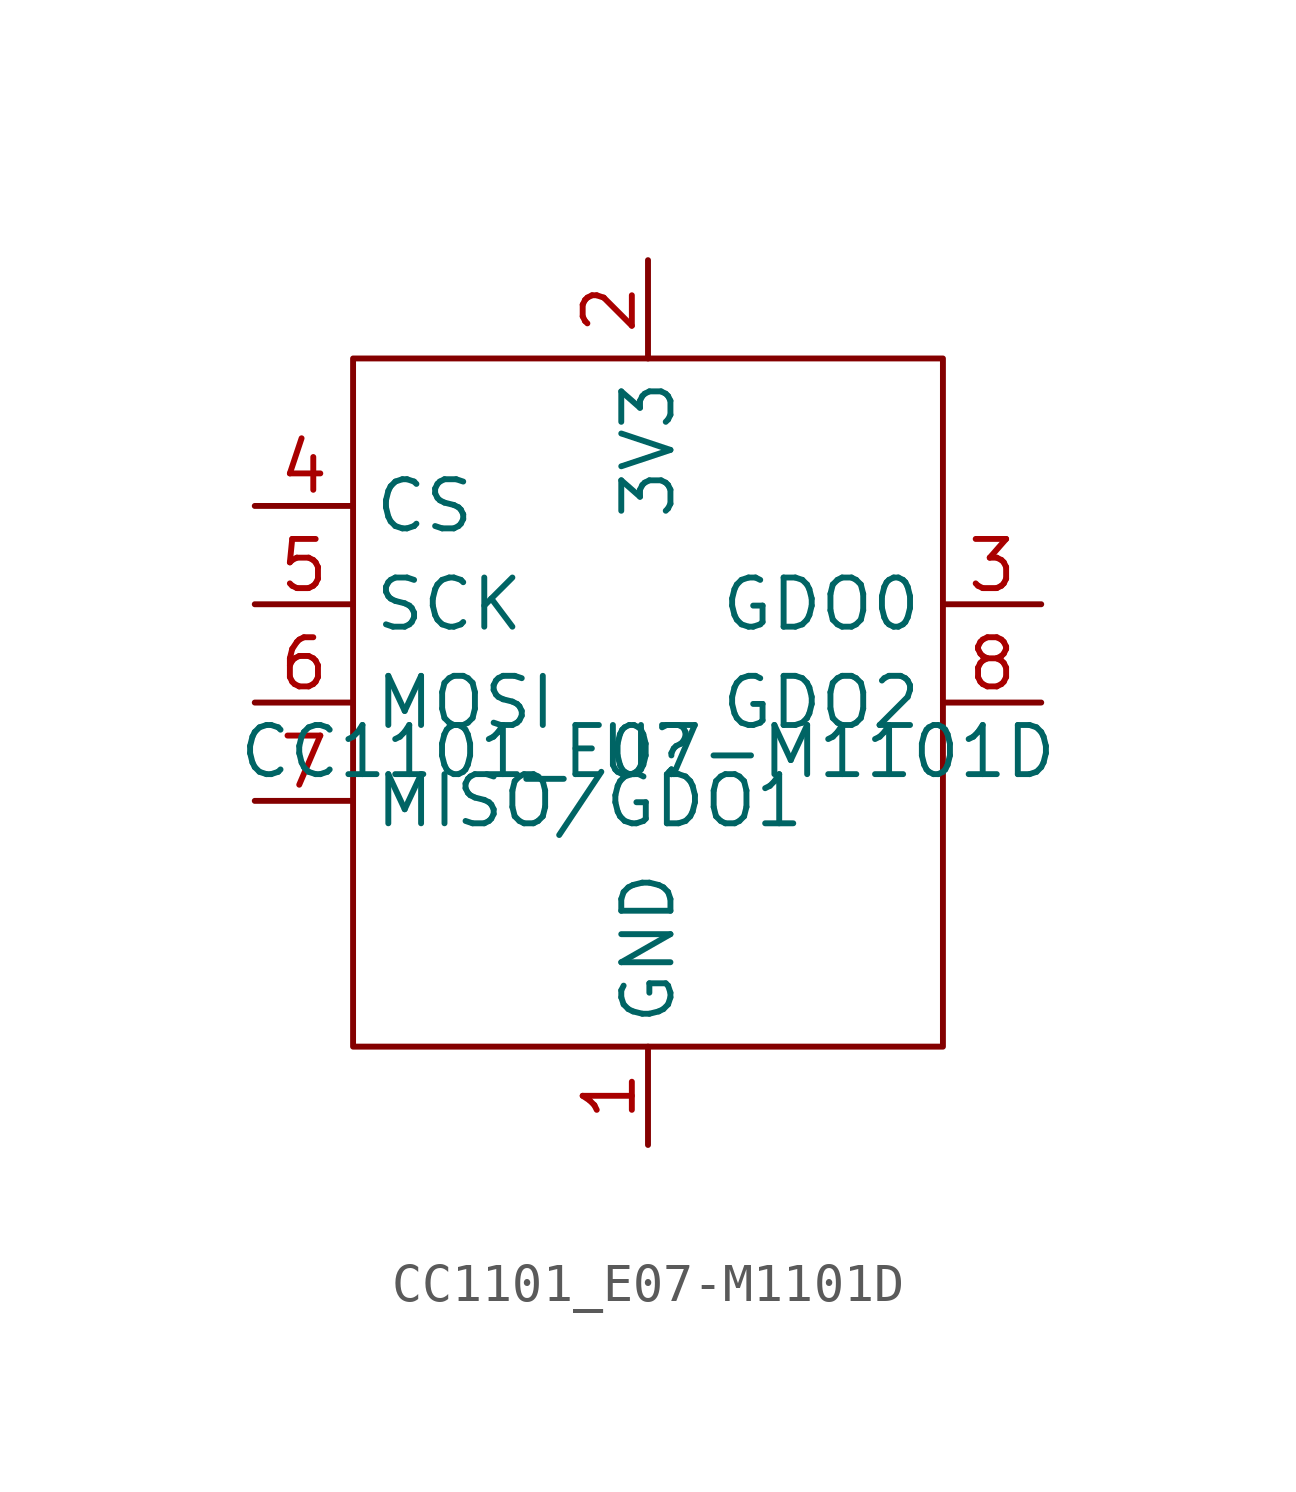
<source format=kicad_sym>
(kicad_symbol_lib
  (version 20241209)
  (generator "kicad_symbol_editor")
  (generator_version "9.0")
  (symbol "CC1101_E07-M1101D"
    (property "Reference" "U"
      (at 0 0 0)
      (effects (font (size 1.27 1.27))))
    (property "Value" "CC1101_E07-M1101D"
      (at 0 0 0)
      (effects (font (size 1.27 1.27))))
    (symbol "CC1101_E07-M1101D_0_1"
      (rectangle (start -7.62 10.16) (end 7.62 -7.62) (stroke (width 0) (type default)) (fill (type none))))
    (symbol "CC1101_E07-M1101D_1_1"
      (pin input line (at -10.16 6.35 0) (length 2.54) (name "CS" (effects (font (size 1.27 1.27)))) (number "4" (effects (font (size 1.27 1.27)))))
      (pin input line (at -10.16 3.81 0) (length 2.54) (name "SCK" (effects (font (size 1.27 1.27)))) (number "5" (effects (font (size 1.27 1.27)))))
      (pin input line (at -10.16 1.27 0) (length 2.54) (name "MOSI" (effects (font (size 1.27 1.27)))) (number "6" (effects (font (size 1.27 1.27)))))
      (pin output line (at -10.16 -1.27 0) (length 2.54) (name "MISO/GDO1" (effects (font (size 1.27 1.27)))) (number "7" (effects (font (size 1.27 1.27)))))
      (pin power_in line (at 0 12.7 270) (length 2.54) (name "3V3" (effects (font (size 1.27 1.27)))) (number "2" (effects (font (size 1.27 1.27)))))
      (pin power_out line (at 0 -10.16 90) (length 2.54) (name "GND" (effects (font (size 1.27 1.27)))) (number "1" (effects (font (size 1.27 1.27)))))
      (pin output line (at 10.16 3.81 180) (length 2.54) (name "GDO0" (effects (font (size 1.27 1.27)))) (number "3" (effects (font (size 1.27 1.27)))))
      (pin output line (at 10.16 1.27 180) (length 2.54) (name "GDO2" (effects (font (size 1.27 1.27)))) (number "8" (effects (font (size 1.27 1.27))))))))
</source>
